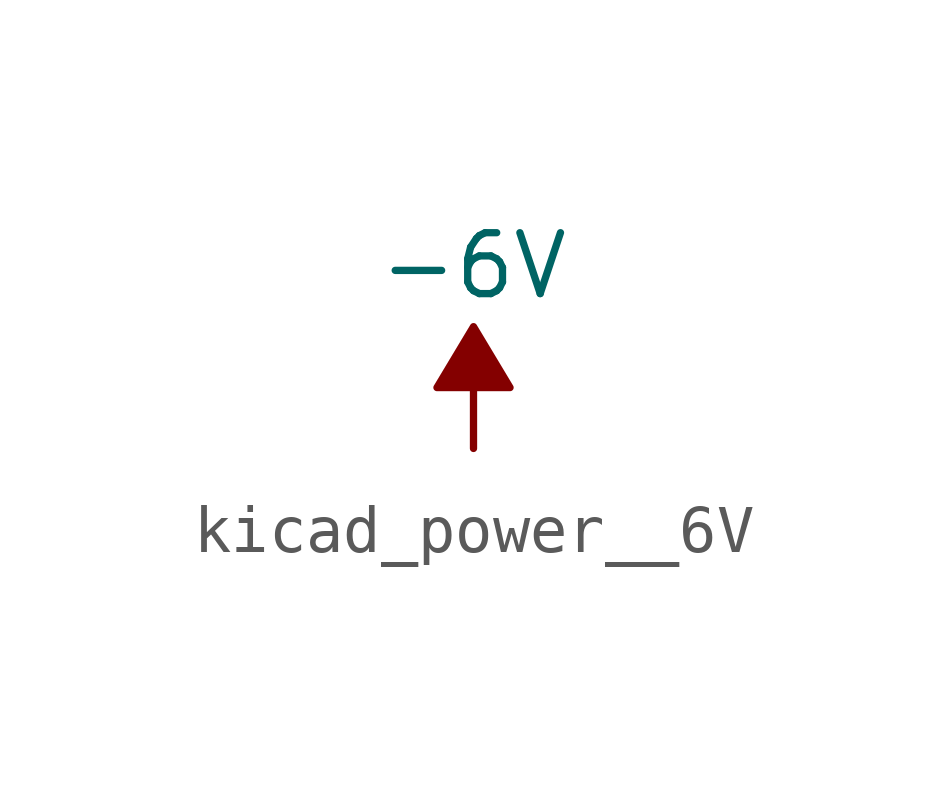
<source format=kicad_sym>
(kicad_symbol_lib
  (version 20220914)
  (generator kicad_symbol_editor)
  (symbol "kicad_power__6V"
    (power)
    (pin_names
      (offset 0))
    (property "Reference" "#PWR"
      (at 0 2.54 0)
      (effects (font (size 1.27 1.27)) hide))
    (property "Value" "-6V"
      (at 0 3.81 0)
      (effects (font (size 1.27 1.27))))
    (symbol "kicad_power__6V_0_0"
      (pin power_in line (at 0 0 90) (length 0) hide (name "-6V" (effects (font (size 1.27 1.27)))) (number "1" (effects (font (size 1.27 1.27))))))
    (symbol "kicad_power__6V_0_1"
      (polyline (pts (xy 0 0) (xy 0 1.27) (xy 0.762 1.27) (xy 0 2.54) (xy -0.762 1.27) (xy 0 1.27)) (stroke (width 0) (type default)) (fill (type outline))))))
</source>
